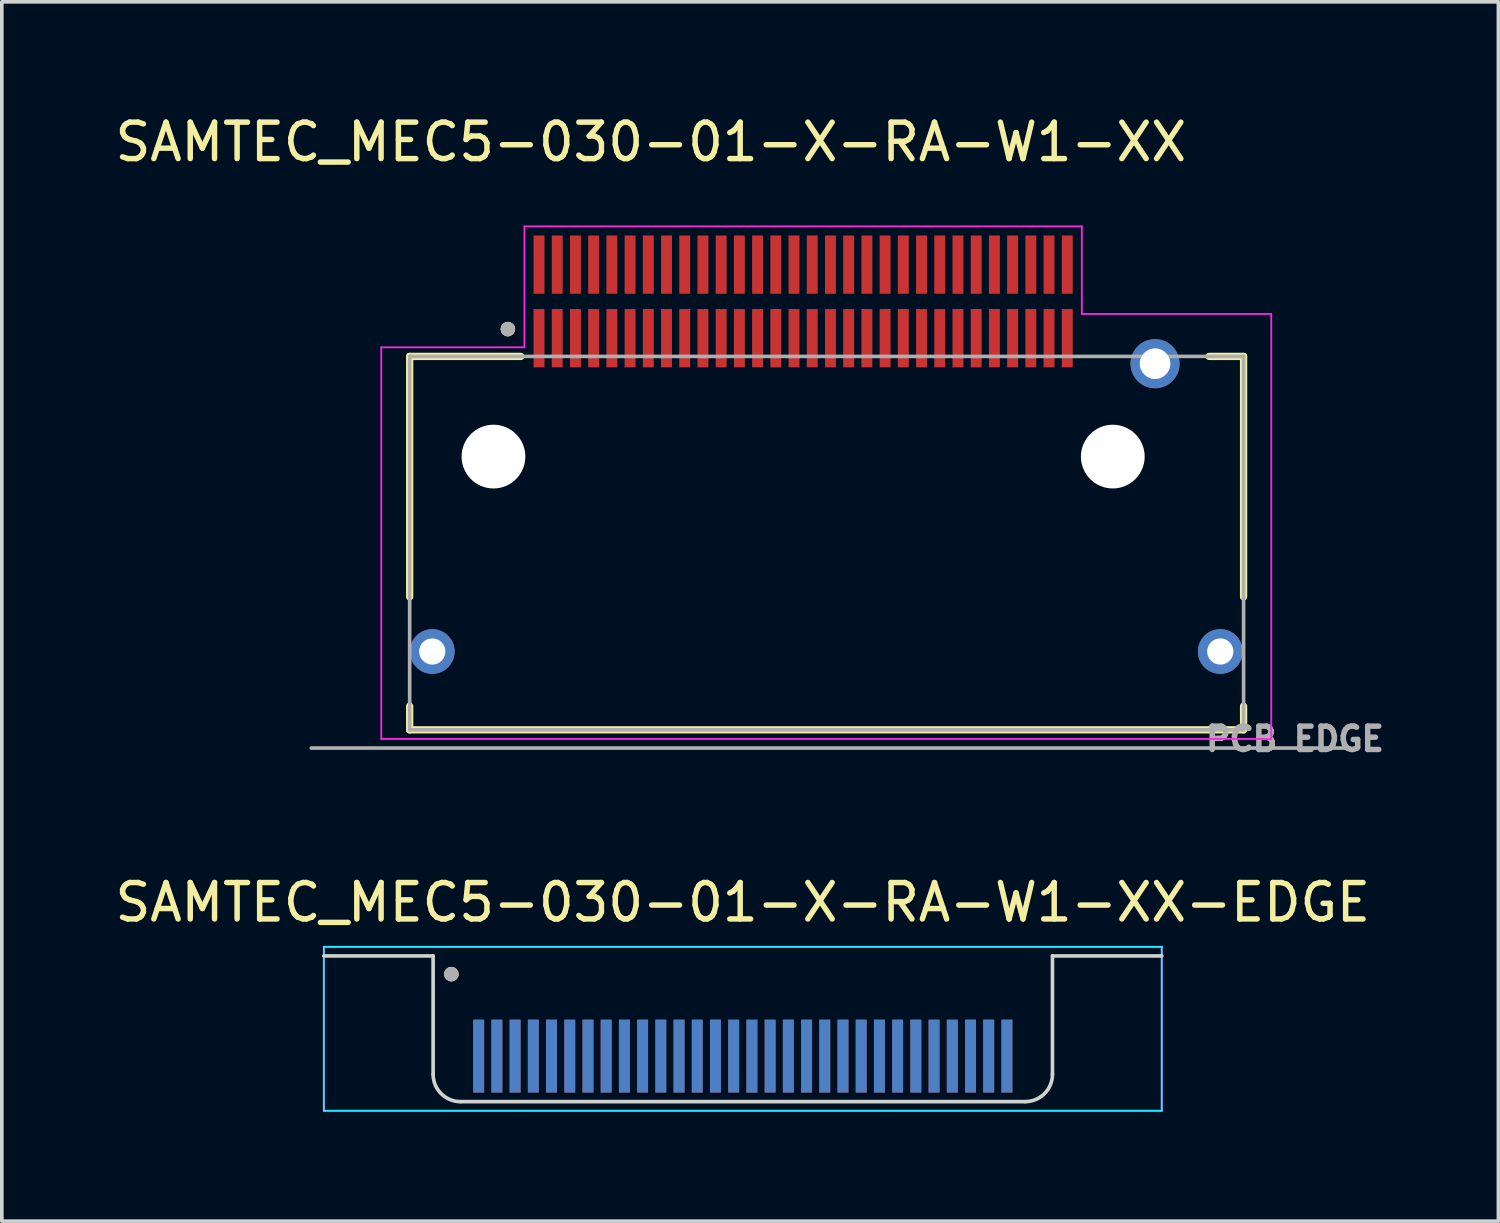
<source format=kicad_pcb>
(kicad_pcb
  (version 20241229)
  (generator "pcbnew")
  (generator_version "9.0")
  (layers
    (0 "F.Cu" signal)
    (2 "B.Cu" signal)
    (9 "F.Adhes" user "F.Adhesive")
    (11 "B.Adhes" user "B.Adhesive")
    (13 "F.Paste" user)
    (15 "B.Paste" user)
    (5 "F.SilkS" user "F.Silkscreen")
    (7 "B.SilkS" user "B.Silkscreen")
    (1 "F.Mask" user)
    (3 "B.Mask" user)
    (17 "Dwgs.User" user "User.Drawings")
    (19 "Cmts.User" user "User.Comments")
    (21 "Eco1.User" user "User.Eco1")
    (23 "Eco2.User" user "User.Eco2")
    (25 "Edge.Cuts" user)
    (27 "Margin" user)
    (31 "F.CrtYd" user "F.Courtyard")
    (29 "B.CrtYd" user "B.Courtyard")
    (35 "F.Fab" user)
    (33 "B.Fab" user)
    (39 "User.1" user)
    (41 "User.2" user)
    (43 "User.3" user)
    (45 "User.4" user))
  (footprint "SAMTEC_MEC5-030-01-X-RA-W1-XX-EDGE"
    (layer "F.Cu")
    (at 17.339 27.219)
    (property "Reference" "SAMTEC_MEC5-030-01-X-RA-W1-XX-EDGE" (at 0 -5.5 0) (layer "F.SilkS") (effects (font (size 1 1) (thickness 0.15))))
    (attr smd)
    (fp_circle (center -8 -3.53) (end -7.9 -3.53) (stroke (width 0.2) (type solid)) (fill no) (layer "F.SilkS"))
    (fp_line (start -11.5 -4.03) (end -8.5 -4.03) (stroke (width 0.1) (type default)) (layer "Edge.Cuts"))
    (fp_line (start -8.5 -0.78) (end -8.5 -4.03) (stroke (width 0.1) (type default)) (layer "Edge.Cuts"))
    (fp_line (start -7.75 -0.03) (end 7.75 -0.03) (stroke (width 0.1) (type default)) (layer "Edge.Cuts"))
    (fp_line (start 8.5 -4.03) (end 11.5 -4.03) (stroke (width 0.1) (type default)) (layer "Edge.Cuts"))
    (fp_line (start 8.5 -0.78) (end 8.5 -4.03) (stroke (width 0.1) (type default)) (layer "Edge.Cuts"))
    (fp_arc (start -7.75 -0.03033) (mid -8.28033 -0.25) (end -8.5 -0.78033) (stroke (width 0.1) (type default)) (layer "Edge.Cuts"))
    (fp_arc (start 8.5 -0.78033) (mid 8.28033 -0.25) (end 7.75 -0.03033) (stroke (width 0.1) (type default)) (layer "Edge.Cuts"))
    (fp_line (start -11.5 -4.28) (end 11.5 -4.28) (stroke (width 0.05) (type default)) (layer "B.CrtYd"))
    (fp_line (start -11.5 0.22) (end -11.5 -4.28) (stroke (width 0.05) (type default)) (layer "B.CrtYd"))
    (fp_line (start 11.5 -4.28) (end 11.5 0.22) (stroke (width 0.05) (type default)) (layer "B.CrtYd"))
    (fp_line (start 11.5 0.22) (end -11.5 0.22) (stroke (width 0.05) (type default)) (layer "B.CrtYd"))
    (fp_line (start -11.5 -4.28) (end 11.5 -4.28) (stroke (width 0.05) (type default)) (layer "F.CrtYd"))
    (fp_line (start -11.5 0.22) (end -11.5 -4.28) (stroke (width 0.05) (type default)) (layer "F.CrtYd"))
    (fp_line (start 11.5 -4.28) (end 11.5 0.22) (stroke (width 0.05) (type default)) (layer "F.CrtYd"))
    (fp_line (start 11.5 0.22) (end -11.5 0.22) (stroke (width 0.05) (type default)) (layer "F.CrtYd"))
    (fp_circle (center -8 -3.53) (end -7.9 -3.53) (stroke (width 0.2) (type solid)) (fill no) (layer "F.Fab"))
    (pad "01" smd rect (at 7.25 -1.28) (size 0.3 2) (layers "B.Cu" "B.Mask" "B.Paste"))
    (pad "02" smd rect (at 7.25 -1.28 180) (size 0.3 2) (layers "F.Cu" "F.Mask" "F.Paste"))
    (pad "03" smd rect (at 6.75 -1.28) (size 0.3 2) (layers "B.Cu" "B.Mask" "B.Paste"))
    (pad "04" smd rect (at 6.75 -1.28) (size 0.3 2) (layers "F.Cu" "F.Mask" "F.Paste"))
    (pad "05" smd rect (at 6.25 -1.28) (size 0.3 2) (layers "B.Cu" "B.Mask" "B.Paste"))
    (pad "06" smd rect (at 6.25 -1.28) (size 0.3 2) (layers "F.Cu" "F.Mask" "F.Paste"))
    (pad "07" smd rect (at 5.75 -1.28) (size 0.3 2) (layers "B.Cu" "B.Mask" "B.Paste"))
    (pad "08" smd rect (at 5.75 -1.28) (size 0.3 2) (layers "F.Cu" "F.Mask" "F.Paste"))
    (pad "09" smd rect (at 5.25 -1.28) (size 0.3 2) (layers "B.Cu" "B.Mask" "B.Paste"))
    (pad "10" smd rect (at 5.25 -1.28) (size 0.3 2) (layers "F.Cu" "F.Mask" "F.Paste"))
    (pad "11" smd rect (at 4.75 -1.28) (size 0.3 2) (layers "B.Cu" "B.Mask" "B.Paste"))
    (pad "12" smd rect (at 4.75 -1.28) (size 0.3 2) (layers "F.Cu" "F.Mask" "F.Paste"))
    (pad "13" smd rect (at 4.25 -1.28) (size 0.3 2) (layers "B.Cu" "B.Mask" "B.Paste"))
    (pad "14" smd rect (at 4.25 -1.28) (size 0.3 2) (layers "F.Cu" "F.Mask" "F.Paste"))
    (pad "15" smd rect (at 3.75 -1.28) (size 0.3 2) (layers "B.Cu" "B.Mask" "B.Paste"))
    (pad "16" smd rect (at 3.75 -1.28) (size 0.3 2) (layers "F.Cu" "F.Mask" "F.Paste"))
    (pad "17" smd rect (at 3.25 -1.28) (size 0.3 2) (layers "B.Cu" "B.Mask" "B.Paste"))
    (pad "18" smd rect (at 3.25 -1.28) (size 0.3 2) (layers "F.Cu" "F.Mask" "F.Paste"))
    (pad "19" smd rect (at 2.75 -1.28) (size 0.3 2) (layers "B.Cu" "B.Mask" "B.Paste"))
    (pad "20" smd rect (at 2.75 -1.28) (size 0.3 2) (layers "F.Cu" "F.Mask" "F.Paste"))
    (pad "21" smd rect (at 2.25 -1.28) (size 0.3 2) (layers "B.Cu" "B.Mask" "B.Paste"))
    (pad "22" smd rect (at 2.25 -1.28) (size 0.3 2) (layers "F.Cu" "F.Mask" "F.Paste"))
    (pad "23" smd rect (at 1.75 -1.28) (size 0.3 2) (layers "B.Cu" "B.Mask" "B.Paste"))
    (pad "24" smd rect (at 1.75 -1.28) (size 0.3 2) (layers "F.Cu" "F.Mask" "F.Paste"))
    (pad "25" smd rect (at 1.25 -1.28) (size 0.3 2) (layers "B.Cu" "B.Mask" "B.Paste"))
    (pad "26" smd rect (at 1.25 -1.28) (size 0.3 2) (layers "F.Cu" "F.Mask" "F.Paste"))
    (pad "27" smd rect (at 0.75 -1.28) (size 0.3 2) (layers "B.Cu" "B.Mask" "B.Paste"))
    (pad "28" smd rect (at 0.75 -1.28) (size 0.3 2) (layers "F.Cu" "F.Mask" "F.Paste"))
    (pad "29" smd rect (at 0.25 -1.28) (size 0.3 2) (layers "B.Cu" "B.Mask" "B.Paste"))
    (pad "30" smd rect (at 0.25 -1.28) (size 0.3 2) (layers "F.Cu" "F.Mask" "F.Paste"))
    (pad "31" smd rect (at -0.25 -1.28) (size 0.3 2) (layers "B.Cu" "B.Mask" "B.Paste"))
    (pad "32" smd rect (at -0.25 -1.28) (size 0.3 2) (layers "F.Cu" "F.Mask" "F.Paste"))
    (pad "33" smd rect (at -0.75 -1.28) (size 0.3 2) (layers "B.Cu" "B.Mask" "B.Paste"))
    (pad "34" smd rect (at -0.75 -1.28) (size 0.3 2) (layers "F.Cu" "F.Mask" "F.Paste"))
    (pad "35" smd rect (at -1.25 -1.28) (size 0.3 2) (layers "B.Cu" "B.Mask" "B.Paste"))
    (pad "36" smd rect (at -1.25 -1.28) (size 0.3 2) (layers "F.Cu" "F.Mask" "F.Paste"))
    (pad "37" smd rect (at -1.75 -1.28) (size 0.3 2) (layers "B.Cu" "B.Mask" "B.Paste"))
    (pad "38" smd rect (at -1.75 -1.28) (size 0.3 2) (layers "F.Cu" "F.Mask" "F.Paste"))
    (pad "39" smd rect (at -2.25 -1.28) (size 0.3 2) (layers "B.Cu" "B.Mask" "B.Paste"))
    (pad "40" smd rect (at -2.25 -1.28) (size 0.3 2) (layers "F.Cu" "F.Mask" "F.Paste"))
    (pad "41" smd rect (at -2.75 -1.28) (size 0.3 2) (layers "B.Cu" "B.Mask" "B.Paste"))
    (pad "42" smd rect (at -2.75 -1.28) (size 0.3 2) (layers "F.Cu" "F.Mask" "F.Paste"))
    (pad "43" smd rect (at -3.25 -1.28) (size 0.3 2) (layers "B.Cu" "B.Mask" "B.Paste"))
    (pad "44" smd rect (at -3.25 -1.28) (size 0.3 2) (layers "F.Cu" "F.Mask" "F.Paste"))
    (pad "45" smd rect (at -3.75 -1.28) (size 0.3 2) (layers "B.Cu" "B.Mask" "B.Paste"))
    (pad "46" smd rect (at -3.75 -1.28) (size 0.3 2) (layers "F.Cu" "F.Mask" "F.Paste"))
    (pad "47" smd rect (at -4.25 -1.28) (size 0.3 2) (layers "B.Cu" "B.Mask" "B.Paste"))
    (pad "48" smd rect (at -4.25 -1.28) (size 0.3 2) (layers "F.Cu" "F.Mask" "F.Paste"))
    (pad "49" smd rect (at -4.75 -1.28) (size 0.3 2) (layers "B.Cu" "B.Mask" "B.Paste"))
    (pad "50" smd rect (at -4.75 -1.28) (size 0.3 2) (layers "F.Cu" "F.Mask" "F.Paste"))
    (pad "51" smd rect (at -5.25 -1.28) (size 0.3 2) (layers "B.Cu" "B.Mask" "B.Paste"))
    (pad "52" smd rect (at -5.25 -1.28) (size 0.3 2) (layers "F.Cu" "F.Mask" "F.Paste"))
    (pad "53" smd rect (at -5.75 -1.28) (size 0.3 2) (layers "B.Cu" "B.Mask" "B.Paste"))
    (pad "54" smd rect (at -5.75 -1.28) (size 0.3 2) (layers "F.Cu" "F.Mask" "F.Paste"))
    (pad "55" smd rect (at -6.25 -1.28) (size 0.3 2) (layers "B.Cu" "B.Mask" "B.Paste"))
    (pad "56" smd rect (at -6.25 -1.28) (size 0.3 2) (layers "F.Cu" "F.Mask" "F.Paste"))
    (pad "57" smd rect (at -6.75 -1.28) (size 0.3 2) (layers "B.Cu" "B.Mask" "B.Paste"))
    (pad "58" smd rect (at -6.75 -1.28) (size 0.3 2) (layers "F.Cu" "F.Mask" "F.Paste"))
    (pad "59" smd rect (at -7.25 -1.28) (size 0.3 2) (layers "B.Cu" "B.Mask" "B.Paste"))
    (pad "60" smd rect (at -7.25 -1.28) (size 0.3 2) (layers "F.Cu" "F.Mask" "F.Paste")))
  (footprint "SAMTEC_MEC5-030-01-X-RA-W1-XX"
    (layer "F.Cu")
    (at 18.995 9.483)
    (property "Reference" "SAMTEC_MEC5-030-01-X-RA-W1-XX" (at -4.18 -8.635 0) (layer "F.SilkS") (effects (font (size 1 1) (thickness 0.15))))
    (attr smd)
    (fp_line (start -10.8 -2.75) (end -10.8 3.85) (stroke (width 0.2) (type solid)) (layer "F.SilkS"))
    (fp_line (start -10.8 6.85) (end -10.8 7.5) (stroke (width 0.2) (type solid)) (layer "F.SilkS"))
    (fp_line (start -10.8 7.5) (end 12.09 7.5) (stroke (width 0.2) (type solid)) (layer "F.SilkS"))
    (fp_line (start -7.75 -2.75) (end -10.8 -2.75) (stroke (width 0.2) (type solid)) (layer "F.SilkS"))
    (fp_line (start 12.09 -2.75) (end 11.145 -2.75) (stroke (width 0.2) (type solid)) (layer "F.SilkS"))
    (fp_line (start 12.09 3.85) (end 12.09 -2.75) (stroke (width 0.2) (type solid)) (layer "F.SilkS"))
    (fp_line (start 12.09 7.5) (end 12.09 6.85) (stroke (width 0.2) (type solid)) (layer "F.SilkS"))
    (fp_circle (center -8.105 -3.5) (end -8.005 -3.5) (stroke (width 0.2) (type solid)) (fill no) (layer "F.SilkS"))
    (fp_circle (center -10.18 5.35) (end -9.605 5.35) (stroke (width 1.15) (type solid)) (fill no) (layer "F.Paste"))
    (fp_circle (center 9.66 -2.55) (end 10.217 -2.55) (stroke (width 1.115) (type solid)) (fill no) (layer "F.Paste"))
    (fp_circle (center 11.45 5.35) (end 12.025 5.35) (stroke (width 1.15) (type solid)) (fill no) (layer "F.Paste"))
    (fp_line (start -11.58 -3) (end -7.65 -3) (stroke (width 0.05) (type solid)) (layer "F.CrtYd"))
    (fp_line (start -11.58 7.75) (end -11.58 -3) (stroke (width 0.05) (type solid)) (layer "F.CrtYd"))
    (fp_line (start -7.65 -6.32) (end 7.65 -6.32) (stroke (width 0.05) (type solid)) (layer "F.CrtYd"))
    (fp_line (start -7.65 -3) (end -7.65 -6.32) (stroke (width 0.05) (type solid)) (layer "F.CrtYd"))
    (fp_line (start 7.65 -6.32) (end 7.65 -3.915) (stroke (width 0.05) (type solid)) (layer "F.CrtYd"))
    (fp_line (start 7.65 -3.915) (end 12.85 -3.915) (stroke (width 0.05) (type solid)) (layer "F.CrtYd"))
    (fp_line (start 12.85 -3.915) (end 12.85 7.75) (stroke (width 0.05) (type solid)) (layer "F.CrtYd"))
    (fp_line (start 12.85 7.75) (end -11.58 7.75) (stroke (width 0.05) (type solid)) (layer "F.CrtYd"))
    (fp_line (start -13.5 8) (end 15 8) (stroke (width 0.1) (type solid)) (layer "F.Fab"))
    (fp_line (start -10.8 -2.75) (end 12.09 -2.75) (stroke (width 0.1) (type solid)) (layer "F.Fab"))
    (fp_line (start -10.8 7.5) (end -10.8 -2.75) (stroke (width 0.1) (type solid)) (layer "F.Fab"))
    (fp_line (start -10.8 7.5) (end 12.09 7.5) (stroke (width 0.1) (type solid)) (layer "F.Fab"))
    (fp_line (start 12.09 7.5) (end 12.09 -2.75) (stroke (width 0.1) (type solid)) (layer "F.Fab"))
    (fp_circle (center -8.105 -3.5) (end -8.005 -3.5) (stroke (width 0.2) (type solid)) (fill no) (layer "F.Fab"))
    (fp_text user "PCB EDGE" (at 13.5 7.75 0) (layer "F.Fab") (effects (font (size 0.64 0.64) (thickness 0.15))))
    (pad "" np_thru_hole circle (at -8.5 0) (size 1.75 1.75) (drill 1.75) (layers "*.Cu" "*.Mask"))
    (pad "" np_thru_hole circle (at 8.5 0) (size 1.75 1.75) (drill 1.75) (layers "*.Cu" "*.Mask"))
    (pad "01" smd rect (at -7.25 -3.25) (size 0.3 1.6) (layers "F.Cu" "F.Mask" "F.Paste"))
    (pad "02" smd rect (at -7.25 -5.27) (size 0.3 1.6) (layers "F.Cu" "F.Mask" "F.Paste"))
    (pad "03" smd rect (at -6.75 -3.25) (size 0.3 1.6) (layers "F.Cu" "F.Mask" "F.Paste"))
    (pad "04" smd rect (at -6.75 -5.27) (size 0.3 1.6) (layers "F.Cu" "F.Mask" "F.Paste"))
    (pad "05" smd rect (at -6.25 -3.25) (size 0.3 1.6) (layers "F.Cu" "F.Mask" "F.Paste"))
    (pad "06" smd rect (at -6.25 -5.27) (size 0.3 1.6) (layers "F.Cu" "F.Mask" "F.Paste"))
    (pad "07" smd rect (at -5.75 -3.25) (size 0.3 1.6) (layers "F.Cu" "F.Mask" "F.Paste"))
    (pad "08" smd rect (at -5.75 -5.27) (size 0.3 1.6) (layers "F.Cu" "F.Mask" "F.Paste"))
    (pad "09" smd rect (at -5.25 -3.25) (size 0.3 1.6) (layers "F.Cu" "F.Mask" "F.Paste"))
    (pad "10" smd rect (at -5.25 -5.27) (size 0.3 1.6) (layers "F.Cu" "F.Mask" "F.Paste"))
    (pad "11" smd rect (at -4.75 -3.25) (size 0.3 1.6) (layers "F.Cu" "F.Mask" "F.Paste"))
    (pad "12" smd rect (at -4.75 -5.27) (size 0.3 1.6) (layers "F.Cu" "F.Mask" "F.Paste"))
    (pad "13" smd rect (at -4.25 -3.25) (size 0.3 1.6) (layers "F.Cu" "F.Mask" "F.Paste"))
    (pad "14" smd rect (at -4.25 -5.27) (size 0.3 1.6) (layers "F.Cu" "F.Mask" "F.Paste"))
    (pad "15" smd rect (at -3.75 -3.25) (size 0.3 1.6) (layers "F.Cu" "F.Mask" "F.Paste"))
    (pad "16" smd rect (at -3.75 -5.27) (size 0.3 1.6) (layers "F.Cu" "F.Mask" "F.Paste"))
    (pad "17" smd rect (at -3.25 -3.25) (size 0.3 1.6) (layers "F.Cu" "F.Mask" "F.Paste"))
    (pad "18" smd rect (at -3.25 -5.27) (size 0.3 1.6) (layers "F.Cu" "F.Mask" "F.Paste"))
    (pad "19" smd rect (at -2.75 -3.25) (size 0.3 1.6) (layers "F.Cu" "F.Mask" "F.Paste"))
    (pad "20" smd rect (at -2.75 -5.27) (size 0.3 1.6) (layers "F.Cu" "F.Mask" "F.Paste"))
    (pad "21" smd rect (at -2.25 -3.25) (size 0.3 1.6) (layers "F.Cu" "F.Mask" "F.Paste"))
    (pad "22" smd rect (at -2.25 -5.27) (size 0.3 1.6) (layers "F.Cu" "F.Mask" "F.Paste"))
    (pad "23" smd rect (at -1.75 -3.25) (size 0.3 1.6) (layers "F.Cu" "F.Mask" "F.Paste"))
    (pad "24" smd rect (at -1.75 -5.27) (size 0.3 1.6) (layers "F.Cu" "F.Mask" "F.Paste"))
    (pad "25" smd rect (at -1.25 -3.25) (size 0.3 1.6) (layers "F.Cu" "F.Mask" "F.Paste"))
    (pad "26" smd rect (at -1.25 -5.27) (size 0.3 1.6) (layers "F.Cu" "F.Mask" "F.Paste"))
    (pad "27" smd rect (at -0.75 -3.25) (size 0.3 1.6) (layers "F.Cu" "F.Mask" "F.Paste"))
    (pad "28" smd rect (at -0.75 -5.27) (size 0.3 1.6) (layers "F.Cu" "F.Mask" "F.Paste"))
    (pad "29" smd rect (at -0.25 -3.25) (size 0.3 1.6) (layers "F.Cu" "F.Mask" "F.Paste"))
    (pad "30" smd rect (at -0.25 -5.27) (size 0.3 1.6) (layers "F.Cu" "F.Mask" "F.Paste"))
    (pad "31" smd rect (at 0.25 -3.25) (size 0.3 1.6) (layers "F.Cu" "F.Mask" "F.Paste"))
    (pad "32" smd rect (at 0.25 -5.27) (size 0.3 1.6) (layers "F.Cu" "F.Mask" "F.Paste"))
    (pad "33" smd rect (at 0.75 -3.25) (size 0.3 1.6) (layers "F.Cu" "F.Mask" "F.Paste"))
    (pad "34" smd rect (at 0.75 -5.27) (size 0.3 1.6) (layers "F.Cu" "F.Mask" "F.Paste"))
    (pad "35" smd rect (at 1.25 -3.25) (size 0.3 1.6) (layers "F.Cu" "F.Mask" "F.Paste"))
    (pad "36" smd rect (at 1.25 -5.27) (size 0.3 1.6) (layers "F.Cu" "F.Mask" "F.Paste"))
    (pad "37" smd rect (at 1.75 -3.25) (size 0.3 1.6) (layers "F.Cu" "F.Mask" "F.Paste"))
    (pad "38" smd rect (at 1.75 -5.27) (size 0.3 1.6) (layers "F.Cu" "F.Mask" "F.Paste"))
    (pad "39" smd rect (at 2.25 -3.25) (size 0.3 1.6) (layers "F.Cu" "F.Mask" "F.Paste"))
    (pad "40" smd rect (at 2.25 -5.27) (size 0.3 1.6) (layers "F.Cu" "F.Mask" "F.Paste"))
    (pad "41" smd rect (at 2.75 -3.25) (size 0.3 1.6) (layers "F.Cu" "F.Mask" "F.Paste"))
    (pad "42" smd rect (at 2.75 -5.27) (size 0.3 1.6) (layers "F.Cu" "F.Mask" "F.Paste"))
    (pad "43" smd rect (at 3.25 -3.25) (size 0.3 1.6) (layers "F.Cu" "F.Mask" "F.Paste"))
    (pad "44" smd rect (at 3.25 -5.27) (size 0.3 1.6) (layers "F.Cu" "F.Mask" "F.Paste"))
    (pad "45" smd rect (at 3.75 -3.25) (size 0.3 1.6) (layers "F.Cu" "F.Mask" "F.Paste"))
    (pad "46" smd rect (at 3.75 -5.27) (size 0.3 1.6) (layers "F.Cu" "F.Mask" "F.Paste"))
    (pad "47" smd rect (at 4.25 -3.25) (size 0.3 1.6) (layers "F.Cu" "F.Mask" "F.Paste"))
    (pad "48" smd rect (at 4.25 -5.27) (size 0.3 1.6) (layers "F.Cu" "F.Mask" "F.Paste"))
    (pad "49" smd rect (at 4.75 -3.25) (size 0.3 1.6) (layers "F.Cu" "F.Mask" "F.Paste"))
    (pad "50" smd rect (at 4.75 -5.27) (size 0.3 1.6) (layers "F.Cu" "F.Mask" "F.Paste"))
    (pad "51" smd rect (at 5.25 -3.25) (size 0.3 1.6) (layers "F.Cu" "F.Mask" "F.Paste"))
    (pad "52" smd rect (at 5.25 -5.27) (size 0.3 1.6) (layers "F.Cu" "F.Mask" "F.Paste"))
    (pad "53" smd rect (at 5.75 -3.25) (size 0.3 1.6) (layers "F.Cu" "F.Mask" "F.Paste"))
    (pad "54" smd rect (at 5.75 -5.27) (size 0.3 1.6) (layers "F.Cu" "F.Mask" "F.Paste"))
    (pad "55" smd rect (at 6.25 -3.25) (size 0.3 1.6) (layers "F.Cu" "F.Mask" "F.Paste"))
    (pad "56" smd rect (at 6.25 -5.27) (size 0.3 1.6) (layers "F.Cu" "F.Mask" "F.Paste"))
    (pad "57" smd rect (at 6.75 -3.25) (size 0.3 1.6) (layers "F.Cu" "F.Mask" "F.Paste"))
    (pad "58" smd rect (at 6.75 -5.27) (size 0.3 1.6) (layers "F.Cu" "F.Mask" "F.Paste"))
    (pad "59" smd rect (at 7.25 -3.25) (size 0.3 1.6) (layers "F.Cu" "F.Mask" "F.Paste"))
    (pad "60" smd rect (at 7.25 -5.27) (size 0.3 1.6) (layers "F.Cu" "F.Mask" "F.Paste"))
    (pad "S1" thru_hole circle (at -10.18 5.35) (size 1.228 1.228) (drill 0.72) (layers "*.Cu" "*.Mask"))
    (pad "S2" thru_hole circle (at 11.45 5.35) (size 1.228 1.228) (drill 0.72) (layers "*.Cu" "*.Mask"))
    (pad "S3" thru_hole circle (at 9.66 -2.55) (size 1.348 1.348) (drill 0.84) (layers "*.Cu" "*.Mask")))
  (gr_rect
    (start -3 -3)
    (end 38.079 30.469)
    (stroke (width 0.1) (type default))
    (fill no)
    (layer "Edge.Cuts")))
</source>
